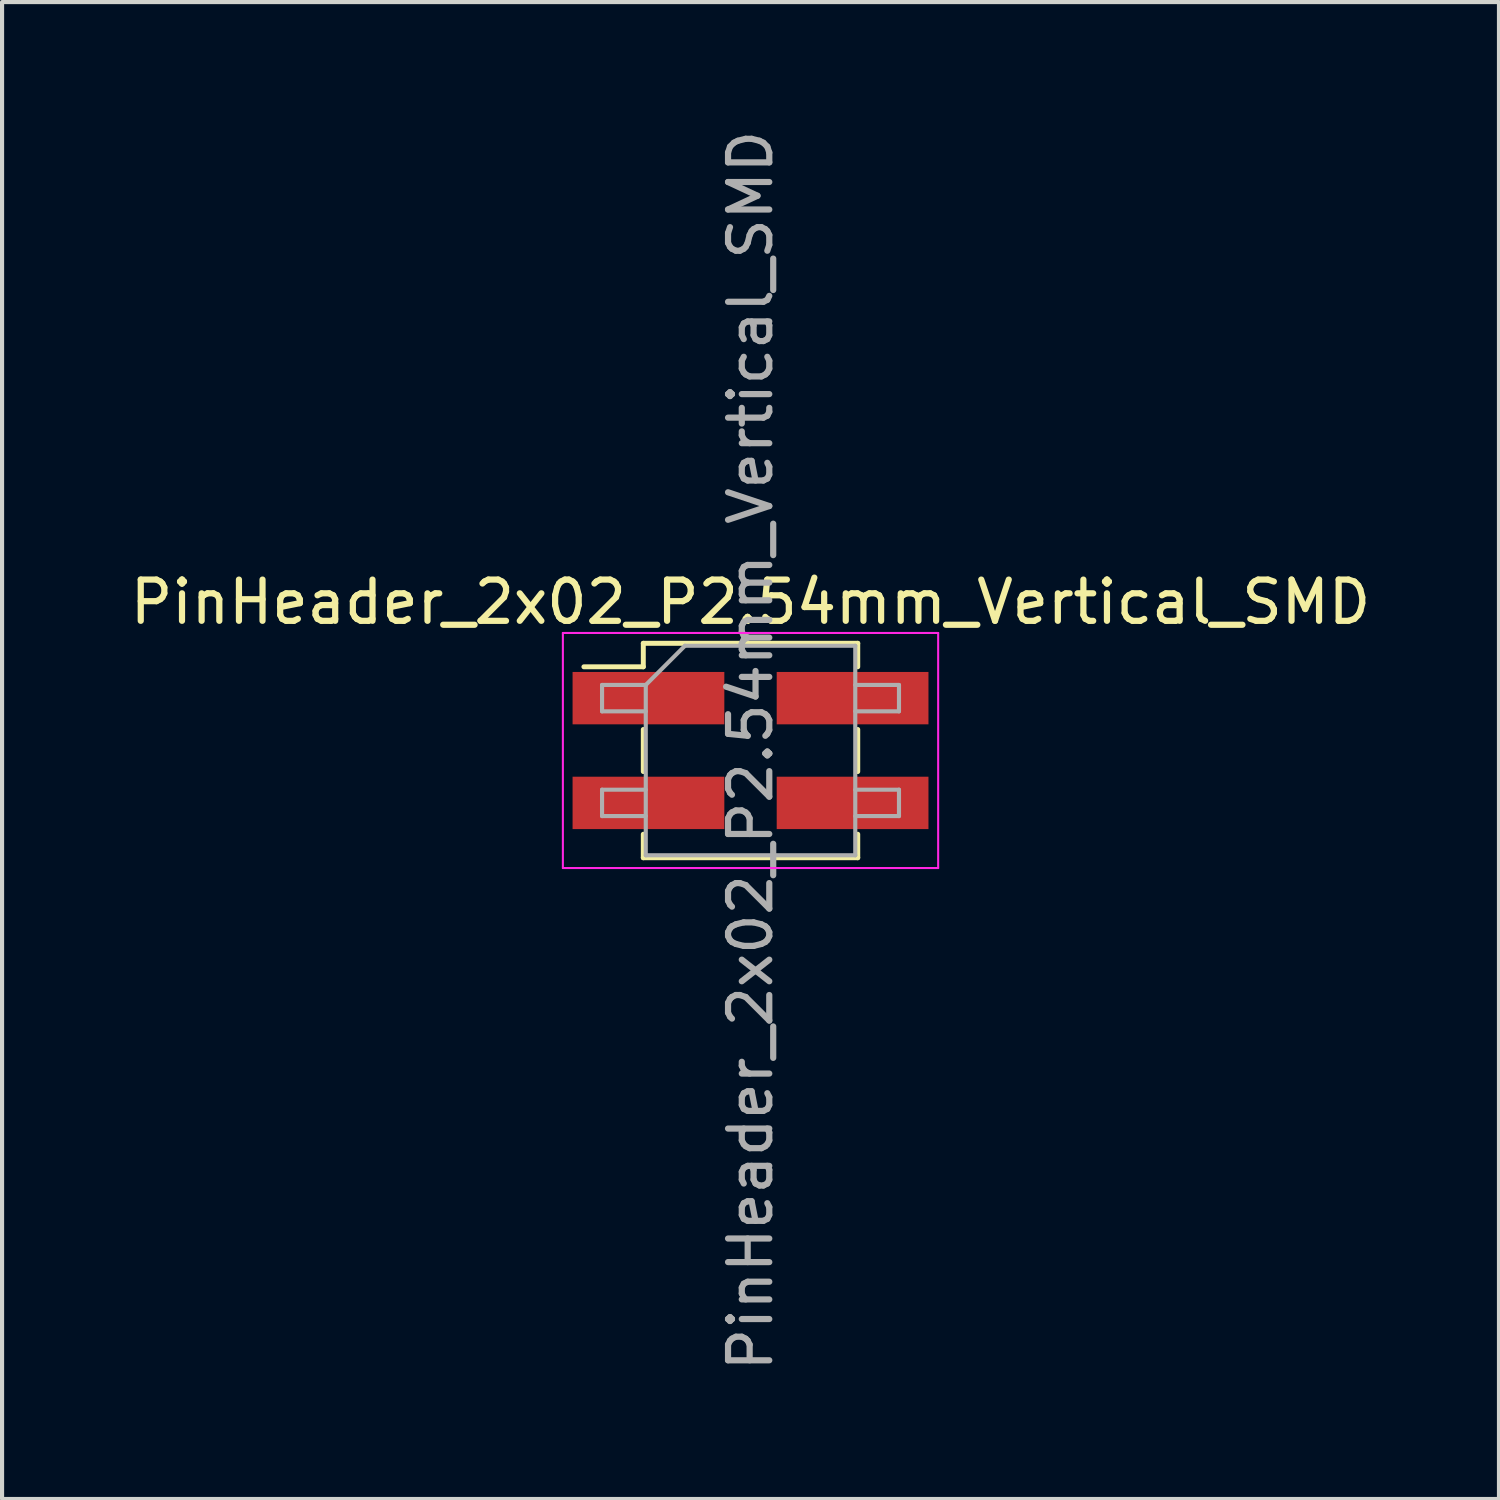
<source format=kicad_pcb>
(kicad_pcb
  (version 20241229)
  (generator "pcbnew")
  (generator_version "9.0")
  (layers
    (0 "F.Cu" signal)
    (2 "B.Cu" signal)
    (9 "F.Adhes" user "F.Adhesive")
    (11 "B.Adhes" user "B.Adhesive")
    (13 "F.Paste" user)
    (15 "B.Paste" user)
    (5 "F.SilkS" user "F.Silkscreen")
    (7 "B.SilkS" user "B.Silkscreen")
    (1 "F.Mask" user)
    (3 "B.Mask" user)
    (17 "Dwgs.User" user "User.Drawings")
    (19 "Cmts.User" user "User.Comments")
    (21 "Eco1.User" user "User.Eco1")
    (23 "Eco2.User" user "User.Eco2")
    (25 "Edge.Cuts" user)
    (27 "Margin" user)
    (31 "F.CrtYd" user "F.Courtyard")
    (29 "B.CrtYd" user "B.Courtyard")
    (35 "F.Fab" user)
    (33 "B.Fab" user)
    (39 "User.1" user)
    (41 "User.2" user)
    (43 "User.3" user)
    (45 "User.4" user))
  (footprint "PinHeader_2x02_P2.54mm_Vertical_SMD"
    (layer "F.Cu")
    (at 15.149 15.149)
    (property "Reference" "PinHeader_2x02_P2.54mm_Vertical_SMD" (at 0 -3.6 0) (layer "F.SilkS") (effects (font (size 1 1) (thickness 0.15))))
    (attr smd)
    (fp_line (start -4.04 -2.03) (end -2.6 -2.03) (stroke (width 0.12) (type solid)) (layer "F.SilkS"))
    (fp_line (start -2.6 -2.6) (end -2.6 -2.03) (stroke (width 0.12) (type solid)) (layer "F.SilkS"))
    (fp_line (start -2.6 -2.6) (end 2.6 -2.6) (stroke (width 0.12) (type solid)) (layer "F.SilkS"))
    (fp_line (start -2.6 -0.51) (end -2.6 0.51) (stroke (width 0.12) (type solid)) (layer "F.SilkS"))
    (fp_line (start -2.6 2.03) (end -2.6 2.6) (stroke (width 0.12) (type solid)) (layer "F.SilkS"))
    (fp_line (start -2.6 2.6) (end 2.6 2.6) (stroke (width 0.12) (type solid)) (layer "F.SilkS"))
    (fp_line (start 2.6 -2.6) (end 2.6 -2.03) (stroke (width 0.12) (type solid)) (layer "F.SilkS"))
    (fp_line (start 2.6 -0.51) (end 2.6 0.51) (stroke (width 0.12) (type solid)) (layer "F.SilkS"))
    (fp_line (start 2.6 2.03) (end 2.6 2.6) (stroke (width 0.12) (type solid)) (layer "F.SilkS"))
    (fp_line (start -4.55 -2.85) (end -4.55 2.85) (stroke (width 0.05) (type solid)) (layer "F.CrtYd"))
    (fp_line (start -4.55 2.85) (end 4.55 2.85) (stroke (width 0.05) (type solid)) (layer "F.CrtYd"))
    (fp_line (start 4.55 -2.85) (end -4.55 -2.85) (stroke (width 0.05) (type solid)) (layer "F.CrtYd"))
    (fp_line (start 4.55 2.85) (end 4.55 -2.85) (stroke (width 0.05) (type solid)) (layer "F.CrtYd"))
    (fp_line (start -3.6 -1.59) (end -3.6 -0.95) (stroke (width 0.1) (type solid)) (layer "F.Fab"))
    (fp_line (start -3.6 -0.95) (end -2.54 -0.95) (stroke (width 0.1) (type solid)) (layer "F.Fab"))
    (fp_line (start -3.6 0.95) (end -3.6 1.59) (stroke (width 0.1) (type solid)) (layer "F.Fab"))
    (fp_line (start -3.6 1.59) (end -2.54 1.59) (stroke (width 0.1) (type solid)) (layer "F.Fab"))
    (fp_line (start -2.54 -1.59) (end -3.6 -1.59) (stroke (width 0.1) (type solid)) (layer "F.Fab"))
    (fp_line (start -2.54 -1.59) (end -1.59 -2.54) (stroke (width 0.1) (type solid)) (layer "F.Fab"))
    (fp_line (start -2.54 0.95) (end -3.6 0.95) (stroke (width 0.1) (type solid)) (layer "F.Fab"))
    (fp_line (start -2.54 2.54) (end -2.54 -1.59) (stroke (width 0.1) (type solid)) (layer "F.Fab"))
    (fp_line (start -1.59 -2.54) (end 2.54 -2.54) (stroke (width 0.1) (type solid)) (layer "F.Fab"))
    (fp_line (start 2.54 -2.54) (end 2.54 2.54) (stroke (width 0.1) (type solid)) (layer "F.Fab"))
    (fp_line (start 2.54 -1.59) (end 3.6 -1.59) (stroke (width 0.1) (type solid)) (layer "F.Fab"))
    (fp_line (start 2.54 0.95) (end 3.6 0.95) (stroke (width 0.1) (type solid)) (layer "F.Fab"))
    (fp_line (start 2.54 2.54) (end -2.54 2.54) (stroke (width 0.1) (type solid)) (layer "F.Fab"))
    (fp_line (start 3.6 -1.59) (end 3.6 -0.95) (stroke (width 0.1) (type solid)) (layer "F.Fab"))
    (fp_line (start 3.6 -0.95) (end 2.54 -0.95) (stroke (width 0.1) (type solid)) (layer "F.Fab"))
    (fp_line (start 3.6 0.95) (end 3.6 1.59) (stroke (width 0.1) (type solid)) (layer "F.Fab"))
    (fp_line (start 3.6 1.59) (end 2.54 1.59) (stroke (width 0.1) (type solid)) (layer "F.Fab"))
    (fp_text user "${REFERENCE}" (at 0 0 90) (layer "F.Fab") (effects (font (size 1 1) (thickness 0.15))))
    (pad "1" smd rect (at -2.475 -1.27) (size 3.68 1.27) (layers "F.Cu" "F.Mask" "F.Paste"))
    (pad "2" smd rect (at 2.475 -1.27) (size 3.68 1.27) (layers "F.Cu" "F.Mask" "F.Paste"))
    (pad "3" smd rect (at -2.475 1.27) (size 3.68 1.27) (layers "F.Cu" "F.Mask" "F.Paste"))
    (pad "4" smd rect (at 2.475 1.27) (size 3.68 1.27) (layers "F.Cu" "F.Mask" "F.Paste")))
  (gr_rect
    (start -3 -3)
    (end 33.298 33.298)
    (stroke (width 0.1) (type default))
    (fill no)
    (layer "Edge.Cuts")))
</source>
